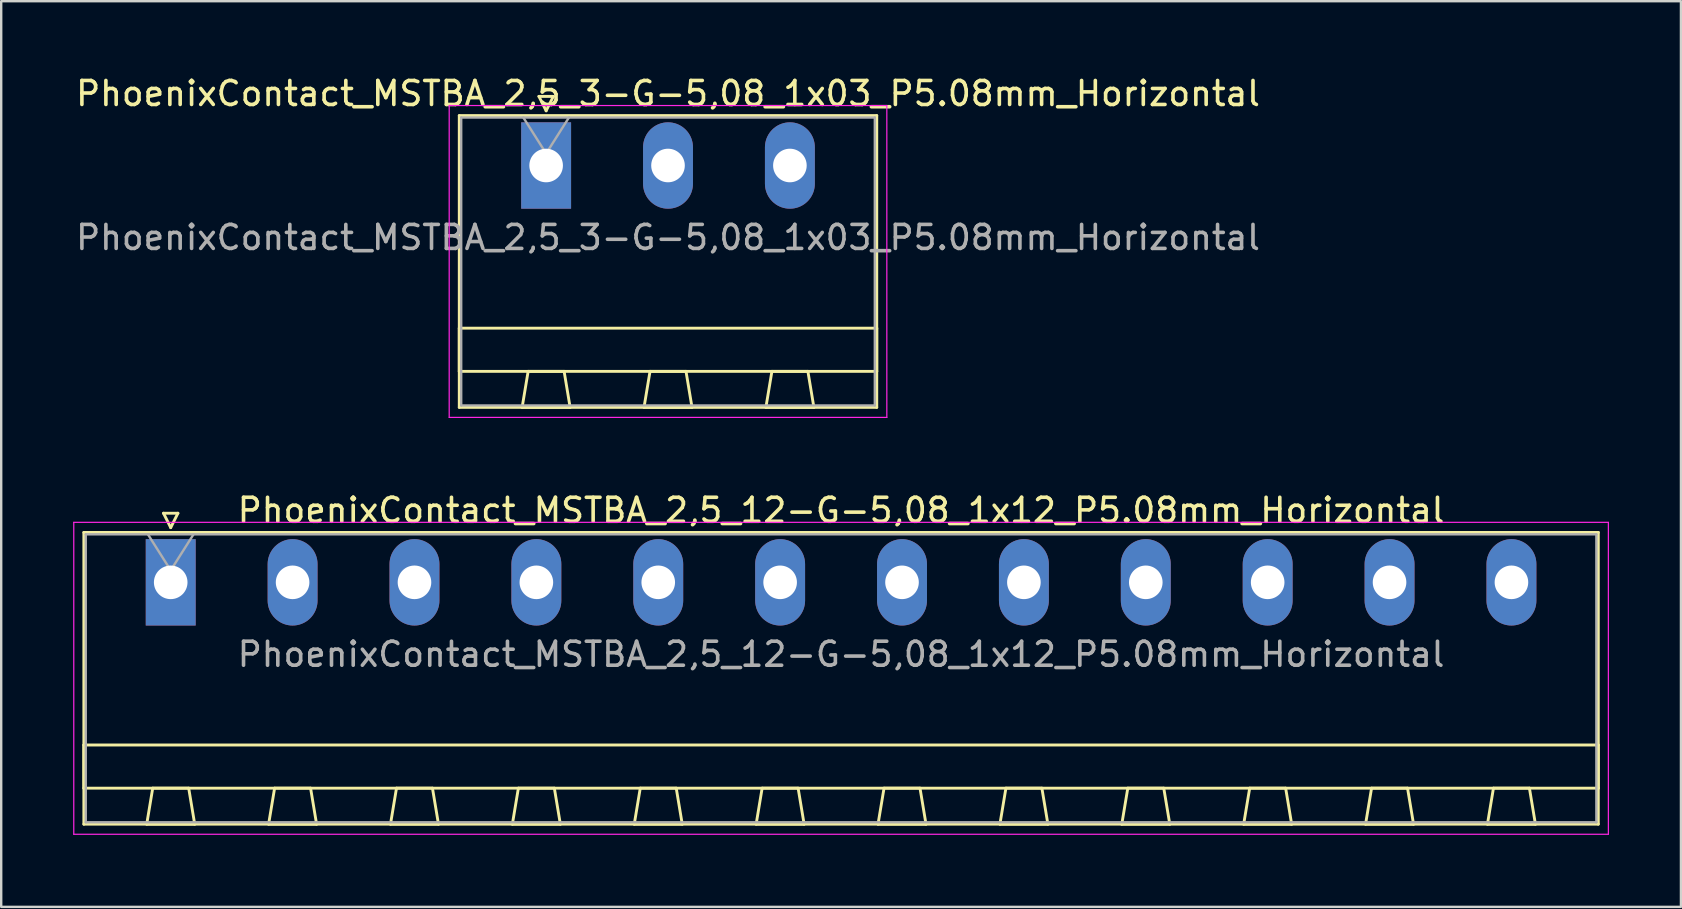
<source format=kicad_pcb>
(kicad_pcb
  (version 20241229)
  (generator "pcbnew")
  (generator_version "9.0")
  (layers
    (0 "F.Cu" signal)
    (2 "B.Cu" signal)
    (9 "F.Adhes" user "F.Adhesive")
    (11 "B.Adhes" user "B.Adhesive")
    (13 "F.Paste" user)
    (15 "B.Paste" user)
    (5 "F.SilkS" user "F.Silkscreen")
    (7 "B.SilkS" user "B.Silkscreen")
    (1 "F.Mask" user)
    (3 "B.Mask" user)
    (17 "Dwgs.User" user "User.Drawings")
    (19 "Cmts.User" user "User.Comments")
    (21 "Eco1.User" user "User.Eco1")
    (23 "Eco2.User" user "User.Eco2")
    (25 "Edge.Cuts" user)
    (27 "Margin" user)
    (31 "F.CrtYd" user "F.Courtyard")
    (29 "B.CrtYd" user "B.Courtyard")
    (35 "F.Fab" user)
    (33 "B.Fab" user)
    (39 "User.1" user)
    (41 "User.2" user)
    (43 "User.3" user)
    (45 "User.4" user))
  (footprint "PhoenixContact_MSTBA_2,5_3-G-5,08_1x03_P5.08mm_Horizontal"
    (layer "F.Cu")
    (at 19.712 3.848)
    (property "Reference" "PhoenixContact_MSTBA_2,5_3-G-5,08_1x03_P5.08mm_Horizontal" (at 5.08 -3 0) (layer "F.SilkS") (effects (font (size 1 1) (thickness 0.15))))
    (attr through_hole)
    (fp_line (start -3.62 -2.08) (end -3.62 10.08) (stroke (width 0.12) (type solid)) (layer "F.SilkS"))
    (fp_line (start -3.62 6.78) (end 13.78 6.78) (stroke (width 0.12) (type solid)) (layer "F.SilkS"))
    (fp_line (start -3.62 8.58) (end -3.62 6.78) (stroke (width 0.12) (type solid)) (layer "F.SilkS"))
    (fp_line (start -3.62 10.08) (end 13.78 10.08) (stroke (width 0.12) (type solid)) (layer "F.SilkS"))
    (fp_line (start -1 10.08) (end 1 10.08) (stroke (width 0.12) (type solid)) (layer "F.SilkS"))
    (fp_line (start -0.75 8.58) (end -1 10.08) (stroke (width 0.12) (type solid)) (layer "F.SilkS"))
    (fp_line (start -0.3 -2.88) (end 0.3 -2.88) (stroke (width 0.12) (type solid)) (layer "F.SilkS"))
    (fp_line (start 0 -2.28) (end -0.3 -2.88) (stroke (width 0.12) (type solid)) (layer "F.SilkS"))
    (fp_line (start 0.3 -2.88) (end 0 -2.28) (stroke (width 0.12) (type solid)) (layer "F.SilkS"))
    (fp_line (start 0.75 8.58) (end -0.75 8.58) (stroke (width 0.12) (type solid)) (layer "F.SilkS"))
    (fp_line (start 1 10.08) (end 0.75 8.58) (stroke (width 0.12) (type solid)) (layer "F.SilkS"))
    (fp_line (start 4.08 10.08) (end 6.08 10.08) (stroke (width 0.12) (type solid)) (layer "F.SilkS"))
    (fp_line (start 4.33 8.58) (end 4.08 10.08) (stroke (width 0.12) (type solid)) (layer "F.SilkS"))
    (fp_line (start 5.83 8.58) (end 4.33 8.58) (stroke (width 0.12) (type solid)) (layer "F.SilkS"))
    (fp_line (start 6.08 10.08) (end 5.83 8.58) (stroke (width 0.12) (type solid)) (layer "F.SilkS"))
    (fp_line (start 9.16 10.08) (end 11.16 10.08) (stroke (width 0.12) (type solid)) (layer "F.SilkS"))
    (fp_line (start 9.41 8.58) (end 9.16 10.08) (stroke (width 0.12) (type solid)) (layer "F.SilkS"))
    (fp_line (start 10.91 8.58) (end 9.41 8.58) (stroke (width 0.12) (type solid)) (layer "F.SilkS"))
    (fp_line (start 11.16 10.08) (end 10.91 8.58) (stroke (width 0.12) (type solid)) (layer "F.SilkS"))
    (fp_line (start 13.78 -2.08) (end -3.62 -2.08) (stroke (width 0.12) (type solid)) (layer "F.SilkS"))
    (fp_line (start 13.78 6.78) (end 13.78 8.58) (stroke (width 0.12) (type solid)) (layer "F.SilkS"))
    (fp_line (start 13.78 8.58) (end -3.62 8.58) (stroke (width 0.12) (type solid)) (layer "F.SilkS"))
    (fp_line (start 13.78 10.08) (end 13.78 -2.08) (stroke (width 0.12) (type solid)) (layer "F.SilkS"))
    (fp_line (start -4.04 -2.5) (end -4.04 10.5) (stroke (width 0.05) (type solid)) (layer "F.CrtYd"))
    (fp_line (start -4.04 10.5) (end 14.2 10.5) (stroke (width 0.05) (type solid)) (layer "F.CrtYd"))
    (fp_line (start 14.2 -2.5) (end -4.04 -2.5) (stroke (width 0.05) (type solid)) (layer "F.CrtYd"))
    (fp_line (start 14.2 10.5) (end 14.2 -2.5) (stroke (width 0.05) (type solid)) (layer "F.CrtYd"))
    (fp_line (start -3.54 -2) (end -3.54 10) (stroke (width 0.1) (type solid)) (layer "F.Fab"))
    (fp_line (start -3.54 10) (end 13.7 10) (stroke (width 0.1) (type solid)) (layer "F.Fab"))
    (fp_line (start 0 -0.5) (end -0.95 -2) (stroke (width 0.1) (type solid)) (layer "F.Fab"))
    (fp_line (start 0.95 -2) (end 0 -0.5) (stroke (width 0.1) (type solid)) (layer "F.Fab"))
    (fp_line (start 13.7 -2) (end -3.54 -2) (stroke (width 0.1) (type solid)) (layer "F.Fab"))
    (fp_line (start 13.7 10) (end 13.7 -2) (stroke (width 0.1) (type solid)) (layer "F.Fab"))
    (fp_text user "${REFERENCE}" (at 5.08 3 0) (layer "F.Fab") (effects (font (size 1 1) (thickness 0.15))))
    (pad "1" thru_hole rect (at 0 0) (size 2.08 3.6) (drill 1.4) (layers "*.Cu" "*.Mask"))
    (pad "2" thru_hole oval (at 5.08 0) (size 2.08 3.6) (drill 1.4) (layers "*.Cu" "*.Mask"))
    (pad "3" thru_hole oval (at 10.16 0) (size 2.08 3.6) (drill 1.4) (layers "*.Cu" "*.Mask")))
  (footprint "PhoenixContact_MSTBA_2,5_12-G-5,08_1x12_P5.08mm_Horizontal"
    (layer "F.Cu")
    (at 4.065 21.221)
    (property "Reference" "PhoenixContact_MSTBA_2,5_12-G-5,08_1x12_P5.08mm_Horizontal" (at 27.94 -3 0) (layer "F.SilkS") (effects (font (size 1 1) (thickness 0.15))))
    (attr through_hole)
    (fp_line (start -3.62 -2.08) (end -3.62 10.08) (stroke (width 0.12) (type solid)) (layer "F.SilkS"))
    (fp_line (start -3.62 6.78) (end 59.5 6.78) (stroke (width 0.12) (type solid)) (layer "F.SilkS"))
    (fp_line (start -3.62 8.58) (end -3.62 6.78) (stroke (width 0.12) (type solid)) (layer "F.SilkS"))
    (fp_line (start -3.62 10.08) (end 59.5 10.08) (stroke (width 0.12) (type solid)) (layer "F.SilkS"))
    (fp_line (start -1 10.08) (end 1 10.08) (stroke (width 0.12) (type solid)) (layer "F.SilkS"))
    (fp_line (start -0.75 8.58) (end -1 10.08) (stroke (width 0.12) (type solid)) (layer "F.SilkS"))
    (fp_line (start -0.3 -2.88) (end 0.3 -2.88) (stroke (width 0.12) (type solid)) (layer "F.SilkS"))
    (fp_line (start 0 -2.28) (end -0.3 -2.88) (stroke (width 0.12) (type solid)) (layer "F.SilkS"))
    (fp_line (start 0.3 -2.88) (end 0 -2.28) (stroke (width 0.12) (type solid)) (layer "F.SilkS"))
    (fp_line (start 0.75 8.58) (end -0.75 8.58) (stroke (width 0.12) (type solid)) (layer "F.SilkS"))
    (fp_line (start 1 10.08) (end 0.75 8.58) (stroke (width 0.12) (type solid)) (layer "F.SilkS"))
    (fp_line (start 4.08 10.08) (end 6.08 10.08) (stroke (width 0.12) (type solid)) (layer "F.SilkS"))
    (fp_line (start 4.33 8.58) (end 4.08 10.08) (stroke (width 0.12) (type solid)) (layer "F.SilkS"))
    (fp_line (start 5.83 8.58) (end 4.33 8.58) (stroke (width 0.12) (type solid)) (layer "F.SilkS"))
    (fp_line (start 6.08 10.08) (end 5.83 8.58) (stroke (width 0.12) (type solid)) (layer "F.SilkS"))
    (fp_line (start 9.16 10.08) (end 11.16 10.08) (stroke (width 0.12) (type solid)) (layer "F.SilkS"))
    (fp_line (start 9.41 8.58) (end 9.16 10.08) (stroke (width 0.12) (type solid)) (layer "F.SilkS"))
    (fp_line (start 10.91 8.58) (end 9.41 8.58) (stroke (width 0.12) (type solid)) (layer "F.SilkS"))
    (fp_line (start 11.16 10.08) (end 10.91 8.58) (stroke (width 0.12) (type solid)) (layer "F.SilkS"))
    (fp_line (start 14.24 10.08) (end 16.24 10.08) (stroke (width 0.12) (type solid)) (layer "F.SilkS"))
    (fp_line (start 14.49 8.58) (end 14.24 10.08) (stroke (width 0.12) (type solid)) (layer "F.SilkS"))
    (fp_line (start 15.99 8.58) (end 14.49 8.58) (stroke (width 0.12) (type solid)) (layer "F.SilkS"))
    (fp_line (start 16.24 10.08) (end 15.99 8.58) (stroke (width 0.12) (type solid)) (layer "F.SilkS"))
    (fp_line (start 19.32 10.08) (end 21.32 10.08) (stroke (width 0.12) (type solid)) (layer "F.SilkS"))
    (fp_line (start 19.57 8.58) (end 19.32 10.08) (stroke (width 0.12) (type solid)) (layer "F.SilkS"))
    (fp_line (start 21.07 8.58) (end 19.57 8.58) (stroke (width 0.12) (type solid)) (layer "F.SilkS"))
    (fp_line (start 21.32 10.08) (end 21.07 8.58) (stroke (width 0.12) (type solid)) (layer "F.SilkS"))
    (fp_line (start 24.4 10.08) (end 26.4 10.08) (stroke (width 0.12) (type solid)) (layer "F.SilkS"))
    (fp_line (start 24.65 8.58) (end 24.4 10.08) (stroke (width 0.12) (type solid)) (layer "F.SilkS"))
    (fp_line (start 26.15 8.58) (end 24.65 8.58) (stroke (width 0.12) (type solid)) (layer "F.SilkS"))
    (fp_line (start 26.4 10.08) (end 26.15 8.58) (stroke (width 0.12) (type solid)) (layer "F.SilkS"))
    (fp_line (start 29.48 10.08) (end 31.48 10.08) (stroke (width 0.12) (type solid)) (layer "F.SilkS"))
    (fp_line (start 29.73 8.58) (end 29.48 10.08) (stroke (width 0.12) (type solid)) (layer "F.SilkS"))
    (fp_line (start 31.23 8.58) (end 29.73 8.58) (stroke (width 0.12) (type solid)) (layer "F.SilkS"))
    (fp_line (start 31.48 10.08) (end 31.23 8.58) (stroke (width 0.12) (type solid)) (layer "F.SilkS"))
    (fp_line (start 34.56 10.08) (end 36.56 10.08) (stroke (width 0.12) (type solid)) (layer "F.SilkS"))
    (fp_line (start 34.81 8.58) (end 34.56 10.08) (stroke (width 0.12) (type solid)) (layer "F.SilkS"))
    (fp_line (start 36.31 8.58) (end 34.81 8.58) (stroke (width 0.12) (type solid)) (layer "F.SilkS"))
    (fp_line (start 36.56 10.08) (end 36.31 8.58) (stroke (width 0.12) (type solid)) (layer "F.SilkS"))
    (fp_line (start 39.64 10.08) (end 41.64 10.08) (stroke (width 0.12) (type solid)) (layer "F.SilkS"))
    (fp_line (start 39.89 8.58) (end 39.64 10.08) (stroke (width 0.12) (type solid)) (layer "F.SilkS"))
    (fp_line (start 41.39 8.58) (end 39.89 8.58) (stroke (width 0.12) (type solid)) (layer "F.SilkS"))
    (fp_line (start 41.64 10.08) (end 41.39 8.58) (stroke (width 0.12) (type solid)) (layer "F.SilkS"))
    (fp_line (start 44.72 10.08) (end 46.72 10.08) (stroke (width 0.12) (type solid)) (layer "F.SilkS"))
    (fp_line (start 44.97 8.58) (end 44.72 10.08) (stroke (width 0.12) (type solid)) (layer "F.SilkS"))
    (fp_line (start 46.47 8.58) (end 44.97 8.58) (stroke (width 0.12) (type solid)) (layer "F.SilkS"))
    (fp_line (start 46.72 10.08) (end 46.47 8.58) (stroke (width 0.12) (type solid)) (layer "F.SilkS"))
    (fp_line (start 49.8 10.08) (end 51.8 10.08) (stroke (width 0.12) (type solid)) (layer "F.SilkS"))
    (fp_line (start 50.05 8.58) (end 49.8 10.08) (stroke (width 0.12) (type solid)) (layer "F.SilkS"))
    (fp_line (start 51.55 8.58) (end 50.05 8.58) (stroke (width 0.12) (type solid)) (layer "F.SilkS"))
    (fp_line (start 51.8 10.08) (end 51.55 8.58) (stroke (width 0.12) (type solid)) (layer "F.SilkS"))
    (fp_line (start 54.88 10.08) (end 56.88 10.08) (stroke (width 0.12) (type solid)) (layer "F.SilkS"))
    (fp_line (start 55.13 8.58) (end 54.88 10.08) (stroke (width 0.12) (type solid)) (layer "F.SilkS"))
    (fp_line (start 56.63 8.58) (end 55.13 8.58) (stroke (width 0.12) (type solid)) (layer "F.SilkS"))
    (fp_line (start 56.88 10.08) (end 56.63 8.58) (stroke (width 0.12) (type solid)) (layer "F.SilkS"))
    (fp_line (start 59.5 -2.08) (end -3.62 -2.08) (stroke (width 0.12) (type solid)) (layer "F.SilkS"))
    (fp_line (start 59.5 6.78) (end 59.5 8.58) (stroke (width 0.12) (type solid)) (layer "F.SilkS"))
    (fp_line (start 59.5 8.58) (end -3.62 8.58) (stroke (width 0.12) (type solid)) (layer "F.SilkS"))
    (fp_line (start 59.5 10.08) (end 59.5 -2.08) (stroke (width 0.12) (type solid)) (layer "F.SilkS"))
    (fp_line (start -4.04 -2.5) (end -4.04 10.5) (stroke (width 0.05) (type solid)) (layer "F.CrtYd"))
    (fp_line (start -4.04 10.5) (end 59.92 10.5) (stroke (width 0.05) (type solid)) (layer "F.CrtYd"))
    (fp_line (start 59.92 -2.5) (end -4.04 -2.5) (stroke (width 0.05) (type solid)) (layer "F.CrtYd"))
    (fp_line (start 59.92 10.5) (end 59.92 -2.5) (stroke (width 0.05) (type solid)) (layer "F.CrtYd"))
    (fp_line (start -3.54 -2) (end -3.54 10) (stroke (width 0.1) (type solid)) (layer "F.Fab"))
    (fp_line (start -3.54 10) (end 59.42 10) (stroke (width 0.1) (type solid)) (layer "F.Fab"))
    (fp_line (start 0 -0.5) (end -0.95 -2) (stroke (width 0.1) (type solid)) (layer "F.Fab"))
    (fp_line (start 0.95 -2) (end 0 -0.5) (stroke (width 0.1) (type solid)) (layer "F.Fab"))
    (fp_line (start 59.42 -2) (end -3.54 -2) (stroke (width 0.1) (type solid)) (layer "F.Fab"))
    (fp_line (start 59.42 10) (end 59.42 -2) (stroke (width 0.1) (type solid)) (layer "F.Fab"))
    (fp_text user "${REFERENCE}" (at 27.94 3 0) (layer "F.Fab") (effects (font (size 1 1) (thickness 0.15))))
    (pad "1" thru_hole rect (at 0 0) (size 2.08 3.6) (drill 1.4) (layers "*.Cu" "*.Mask"))
    (pad "2" thru_hole oval (at 5.08 0) (size 2.08 3.6) (drill 1.4) (layers "*.Cu" "*.Mask"))
    (pad "3" thru_hole oval (at 10.16 0) (size 2.08 3.6) (drill 1.4) (layers "*.Cu" "*.Mask"))
    (pad "4" thru_hole oval (at 15.24 0) (size 2.08 3.6) (drill 1.4) (layers "*.Cu" "*.Mask"))
    (pad "5" thru_hole oval (at 20.32 0) (size 2.08 3.6) (drill 1.4) (layers "*.Cu" "*.Mask"))
    (pad "6" thru_hole oval (at 25.4 0) (size 2.08 3.6) (drill 1.4) (layers "*.Cu" "*.Mask"))
    (pad "7" thru_hole oval (at 30.48 0) (size 2.08 3.6) (drill 1.4) (layers "*.Cu" "*.Mask"))
    (pad "8" thru_hole oval (at 35.56 0) (size 2.08 3.6) (drill 1.4) (layers "*.Cu" "*.Mask"))
    (pad "9" thru_hole oval (at 40.64 0) (size 2.08 3.6) (drill 1.4) (layers "*.Cu" "*.Mask"))
    (pad "10" thru_hole oval (at 45.72 0) (size 2.08 3.6) (drill 1.4) (layers "*.Cu" "*.Mask"))
    (pad "11" thru_hole oval (at 50.8 0) (size 2.08 3.6) (drill 1.4) (layers "*.Cu" "*.Mask"))
    (pad "12" thru_hole oval (at 55.88 0) (size 2.08 3.6) (drill 1.4) (layers "*.Cu" "*.Mask")))
  (gr_rect
    (start -3 -3)
    (end 67.01 34.746)
    (stroke (width 0.1) (type default))
    (fill no)
    (layer "Edge.Cuts")))
</source>
